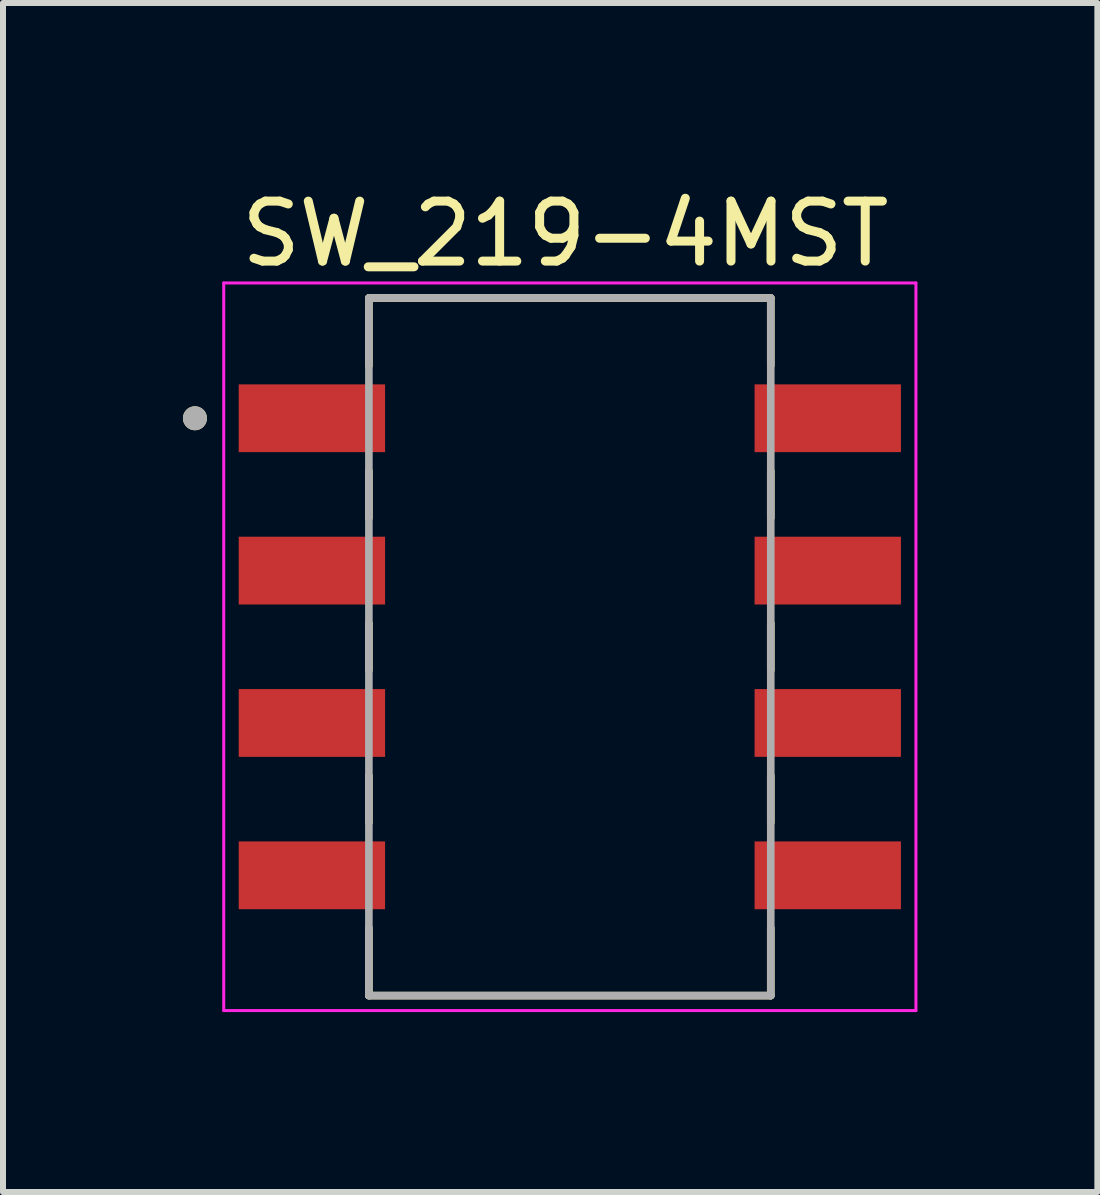
<source format=kicad_pcb>
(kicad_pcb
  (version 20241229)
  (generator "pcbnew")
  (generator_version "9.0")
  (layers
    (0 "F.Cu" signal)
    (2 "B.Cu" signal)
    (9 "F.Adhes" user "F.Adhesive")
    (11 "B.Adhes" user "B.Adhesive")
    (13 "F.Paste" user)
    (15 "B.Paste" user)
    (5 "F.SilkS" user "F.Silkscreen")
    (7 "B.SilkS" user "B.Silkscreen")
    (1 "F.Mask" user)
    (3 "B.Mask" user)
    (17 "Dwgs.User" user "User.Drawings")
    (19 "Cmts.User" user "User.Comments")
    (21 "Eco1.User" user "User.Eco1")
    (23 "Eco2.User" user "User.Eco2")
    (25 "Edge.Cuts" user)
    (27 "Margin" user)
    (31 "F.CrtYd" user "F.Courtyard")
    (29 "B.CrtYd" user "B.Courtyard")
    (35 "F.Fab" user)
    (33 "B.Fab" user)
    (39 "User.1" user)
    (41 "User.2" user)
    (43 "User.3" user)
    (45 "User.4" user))
  (footprint "SW_219-4MST"
    (layer "F.Cu")
    (at 6.45 7.733)
    (property "Reference" "SW_219-4MST" (at -0.075 -6.885 0) (layer "F.SilkS") (effects (font (size 1 1) (thickness 0.15))))
    (attr smd)
    (fp_line (start -3.35 -5.815) (end 3.35 -5.815) (stroke (width 0.127) (type solid)) (layer "F.SilkS"))
    (fp_line (start -3.35 -4.69) (end -3.35 -5.815) (stroke (width 0.127) (type solid)) (layer "F.SilkS"))
    (fp_line (start -3.35 -2.15) (end -3.35 -2.93) (stroke (width 0.127) (type solid)) (layer "F.SilkS"))
    (fp_line (start -3.35 0.39) (end -3.35 -0.39) (stroke (width 0.127) (type solid)) (layer "F.SilkS"))
    (fp_line (start -3.35 2.93) (end -3.35 2.15) (stroke (width 0.127) (type solid)) (layer "F.SilkS"))
    (fp_line (start -3.35 5.815) (end -3.35 4.69) (stroke (width 0.127) (type solid)) (layer "F.SilkS"))
    (fp_line (start 3.35 -5.815) (end 3.35 -4.69) (stroke (width 0.127) (type solid)) (layer "F.SilkS"))
    (fp_line (start 3.35 -2.93) (end 3.35 -2.15) (stroke (width 0.127) (type solid)) (layer "F.SilkS"))
    (fp_line (start 3.35 -0.39) (end 3.35 0.39) (stroke (width 0.127) (type solid)) (layer "F.SilkS"))
    (fp_line (start 3.35 2.15) (end 3.35 2.93) (stroke (width 0.127) (type solid)) (layer "F.SilkS"))
    (fp_line (start 3.35 4.69) (end 3.35 5.815) (stroke (width 0.127) (type solid)) (layer "F.SilkS"))
    (fp_line (start 3.35 5.815) (end -3.35 5.815) (stroke (width 0.127) (type solid)) (layer "F.SilkS"))
    (fp_circle (center -6.25 -3.81) (end -6.15 -3.81) (stroke (width 0.2) (type solid)) (fill no) (layer "F.SilkS"))
    (fp_line (start -5.77 -6.065) (end 5.77 -6.065) (stroke (width 0.05) (type solid)) (layer "F.CrtYd"))
    (fp_line (start -5.77 6.065) (end -5.77 -6.065) (stroke (width 0.05) (type solid)) (layer "F.CrtYd"))
    (fp_line (start 5.77 -6.065) (end 5.77 6.065) (stroke (width 0.05) (type solid)) (layer "F.CrtYd"))
    (fp_line (start 5.77 6.065) (end -5.77 6.065) (stroke (width 0.05) (type solid)) (layer "F.CrtYd"))
    (fp_line (start -3.35 -5.815) (end 3.35 -5.815) (stroke (width 0.127) (type solid)) (layer "F.Fab"))
    (fp_line (start -3.35 5.815) (end -3.35 -5.815) (stroke (width 0.127) (type solid)) (layer "F.Fab"))
    (fp_line (start 3.35 -5.815) (end 3.35 5.815) (stroke (width 0.127) (type solid)) (layer "F.Fab"))
    (fp_line (start 3.35 5.815) (end -3.35 5.815) (stroke (width 0.127) (type solid)) (layer "F.Fab"))
    (fp_circle (center -6.25 -3.81) (end -6.15 -3.81) (stroke (width 0.2) (type solid)) (fill no) (layer "F.Fab"))
    (pad "1" smd rect (at -4.3 -3.81) (size 2.44 1.13) (layers "F.Cu" "F.Mask" "F.Paste"))
    (pad "2" smd rect (at -4.3 -1.27) (size 2.44 1.13) (layers "F.Cu" "F.Mask" "F.Paste"))
    (pad "3" smd rect (at -4.3 1.27) (size 2.44 1.13) (layers "F.Cu" "F.Mask" "F.Paste"))
    (pad "4" smd rect (at -4.3 3.81) (size 2.44 1.13) (layers "F.Cu" "F.Mask" "F.Paste"))
    (pad "5" smd rect (at 4.3 3.81) (size 2.44 1.13) (layers "F.Cu" "F.Mask" "F.Paste"))
    (pad "6" smd rect (at 4.3 1.27) (size 2.44 1.13) (layers "F.Cu" "F.Mask" "F.Paste"))
    (pad "7" smd rect (at 4.3 -1.27) (size 2.44 1.13) (layers "F.Cu" "F.Mask" "F.Paste"))
    (pad "8" smd rect (at 4.3 -3.81) (size 2.44 1.13) (layers "F.Cu" "F.Mask" "F.Paste")))
  (gr_rect
    (start -3 -3)
    (end 15.245 16.823)
    (stroke (width 0.1) (type default))
    (fill no)
    (layer "Edge.Cuts")))
</source>
